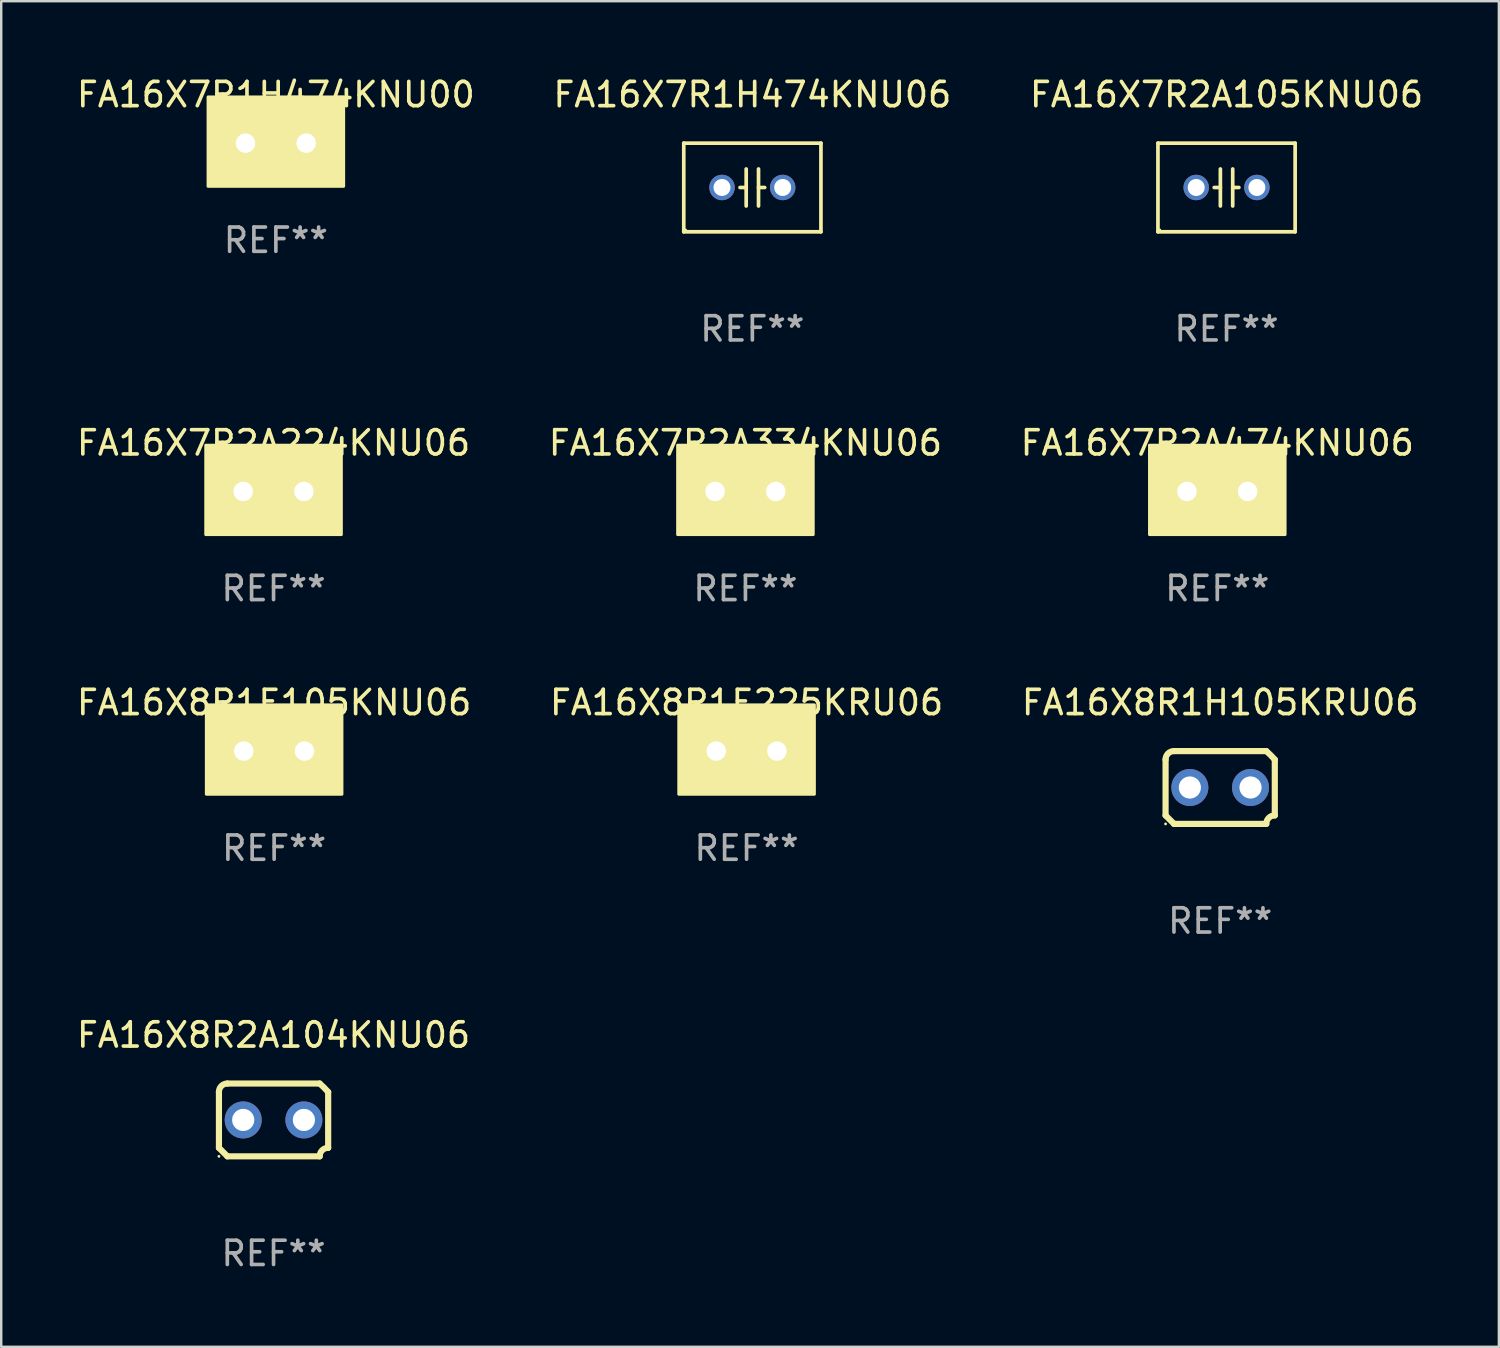
<source format=kicad_pcb>
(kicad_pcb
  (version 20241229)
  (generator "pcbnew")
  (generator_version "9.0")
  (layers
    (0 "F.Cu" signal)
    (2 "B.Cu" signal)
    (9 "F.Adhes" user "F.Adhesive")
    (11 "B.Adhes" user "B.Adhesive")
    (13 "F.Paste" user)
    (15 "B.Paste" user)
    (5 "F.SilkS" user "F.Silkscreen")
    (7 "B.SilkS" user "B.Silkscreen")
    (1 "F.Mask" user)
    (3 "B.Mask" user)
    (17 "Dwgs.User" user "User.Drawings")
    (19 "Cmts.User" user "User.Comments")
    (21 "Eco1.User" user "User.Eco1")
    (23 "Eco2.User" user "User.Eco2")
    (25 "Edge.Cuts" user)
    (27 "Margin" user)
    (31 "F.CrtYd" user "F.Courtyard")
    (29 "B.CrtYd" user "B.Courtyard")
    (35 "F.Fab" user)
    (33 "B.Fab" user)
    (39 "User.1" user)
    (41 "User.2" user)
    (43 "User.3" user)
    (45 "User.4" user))
  (footprint "FA16X7R2A224KNU06"
    (layer "F.Cu")
    (at 8.22 17.197)
    (property "Reference" "FA16X7R2A224KNU06" (at 0 -2 0) (layer "F.SilkS") (effects (font (size 1 1) (thickness 0.15))))
    (attr through_hole)
    (fp_circle (center -2.75 1.75) (end -2.72 1.75) (stroke (width 0.06) (type solid)) (fill no) (layer "F.SilkS"))
    (fp_poly (pts (xy -2.794 -1.905) (xy 2.794 -1.905) (xy 2.794 1.778) (xy -2.794 1.778)) (stroke (width 0.12) (type solid)) (fill yes) (layer "F.SilkS"))
    (fp_text user "REF**" (at 0 4 0) (layer "F.Fab") (effects (font (size 1 1) (thickness 0.15))))
    (pad "1" thru_hole circle (at -1.25 0) (size 1.2 1.2) (drill 0.8) (layers "*.Cu" "*.Mask"))
    (pad "2" thru_hole circle (at 1.25 0) (size 1.2 1.2) (drill 0.8) (layers "*.Cu" "*.Mask")))
  (footprint "FA16X7R2A334KNU06"
    (layer "F.Cu")
    (at 27.661 17.197)
    (property "Reference" "FA16X7R2A334KNU06" (at 0 -2 0) (layer "F.SilkS") (effects (font (size 1 1) (thickness 0.15))))
    (attr through_hole)
    (fp_circle (center -2.75 1.75) (end -2.72 1.75) (stroke (width 0.06) (type solid)) (fill no) (layer "F.SilkS"))
    (fp_poly (pts (xy -2.794 -1.905) (xy 2.794 -1.905) (xy 2.794 1.778) (xy -2.794 1.778)) (stroke (width 0.12) (type solid)) (fill yes) (layer "F.SilkS"))
    (fp_text user "REF**" (at 0 4 0) (layer "F.Fab") (effects (font (size 1 1) (thickness 0.15))))
    (pad "1" thru_hole circle (at -1.25 0) (size 1.2 1.2) (drill 0.8) (layers "*.Cu" "*.Mask"))
    (pad "2" thru_hole circle (at 1.25 0) (size 1.2 1.2) (drill 0.8) (layers "*.Cu" "*.Mask")))
  (footprint "FA16X8R1E105KNU06"
    (layer "F.Cu")
    (at 8.244 27.894)
    (property "Reference" "FA16X8R1E105KNU06" (at 0 -2 0) (layer "F.SilkS") (effects (font (size 1 1) (thickness 0.15))))
    (attr through_hole)
    (fp_circle (center -2.75 1.75) (end -2.72 1.75) (stroke (width 0.06) (type solid)) (fill no) (layer "F.SilkS"))
    (fp_poly (pts (xy -2.794 -1.905) (xy 2.794 -1.905) (xy 2.794 1.778) (xy -2.794 1.778)) (stroke (width 0.12) (type solid)) (fill yes) (layer "F.SilkS"))
    (fp_text user "REF**" (at 0 4 0) (layer "F.Fab") (effects (font (size 1 1) (thickness 0.15))))
    (pad "1" thru_hole circle (at -1.25 0) (size 1.2 1.2) (drill 0.8) (layers "*.Cu" "*.Mask"))
    (pad "2" thru_hole circle (at 1.25 0) (size 1.2 1.2) (drill 0.8) (layers "*.Cu" "*.Mask")))
  (footprint "FA16X7R1H474KNU06"
    (layer "F.Cu")
    (at 27.946 4.674)
    (property "Reference" "FA16X7R1H474KNU06" (at 0 -3.826 0) (layer "F.SilkS") (effects (font (size 1 1) (thickness 0.15))))
    (attr through_hole)
    (fp_line (start -2.826 -1.826) (end 2.826 -1.826) (stroke (width 0.152) (type solid)) (layer "F.SilkS"))
    (fp_line (start -2.826 1.826) (end -2.826 -1.826) (stroke (width 0.152) (type solid)) (layer "F.SilkS"))
    (fp_line (start -0.254 -0.762) (end -0.254 0.762) (stroke (width 0.152) (type solid)) (layer "F.SilkS"))
    (fp_line (start -0.254 0.001) (end -0.508 0.001) (stroke (width 0.152) (type solid)) (layer "F.SilkS"))
    (fp_line (start 0.254 0.001) (end 0.508 0.001) (stroke (width 0.152) (type solid)) (layer "F.SilkS"))
    (fp_line (start 0.254 0.762) (end 0.254 -0.762) (stroke (width 0.152) (type solid)) (layer "F.SilkS"))
    (fp_line (start 2.826 -1.826) (end 2.826 1.826) (stroke (width 0.152) (type solid)) (layer "F.SilkS"))
    (fp_line (start 2.826 1.826) (end -2.826 1.826) (stroke (width 0.152) (type solid)) (layer "F.SilkS"))
    (fp_circle (center -2.75 1.75) (end -2.72 1.75) (stroke (width 0.06) (type solid)) (fill no) (layer "F.SilkS"))
    (fp_text user "REF**" (at 0 5.826 0) (layer "F.Fab") (effects (font (size 1 1) (thickness 0.15))))
    (pad "1" thru_hole circle (at -1.25 -0.000013) (size 1.05 1.05) (drill 0.7) (layers "*.Cu" "*.Mask"))
    (pad "2" thru_hole circle (at 1.25 -0.000013) (size 1.05 1.05) (drill 0.7) (layers "*.Cu" "*.Mask")))
  (footprint "FA16X7R2A105KNU06"
    (layer "F.Cu")
    (at 47.482 4.674)
    (property "Reference" "FA16X7R2A105KNU06" (at 0 -3.826 0) (layer "F.SilkS") (effects (font (size 1 1) (thickness 0.15))))
    (attr through_hole)
    (fp_line (start -2.826 -1.826) (end 2.826 -1.826) (stroke (width 0.152) (type solid)) (layer "F.SilkS"))
    (fp_line (start -2.826 1.826) (end -2.826 -1.826) (stroke (width 0.152) (type solid)) (layer "F.SilkS"))
    (fp_line (start -0.254 -0.762) (end -0.254 0.762) (stroke (width 0.152) (type solid)) (layer "F.SilkS"))
    (fp_line (start -0.254 0.001) (end -0.508 0.001) (stroke (width 0.152) (type solid)) (layer "F.SilkS"))
    (fp_line (start 0.254 0.001) (end 0.508 0.001) (stroke (width 0.152) (type solid)) (layer "F.SilkS"))
    (fp_line (start 0.254 0.762) (end 0.254 -0.762) (stroke (width 0.152) (type solid)) (layer "F.SilkS"))
    (fp_line (start 2.826 -1.826) (end 2.826 1.826) (stroke (width 0.152) (type solid)) (layer "F.SilkS"))
    (fp_line (start 2.826 1.826) (end -2.826 1.826) (stroke (width 0.152) (type solid)) (layer "F.SilkS"))
    (fp_circle (center -2.75 1.75) (end -2.72 1.75) (stroke (width 0.06) (type solid)) (fill no) (layer "F.SilkS"))
    (fp_text user "REF**" (at 0 5.826 0) (layer "F.Fab") (effects (font (size 1 1) (thickness 0.15))))
    (pad "1" thru_hole circle (at -1.25 -0.000013) (size 1.05 1.05) (drill 0.7) (layers "*.Cu" "*.Mask"))
    (pad "2" thru_hole circle (at 1.25 -0.000013) (size 1.05 1.05) (drill 0.7) (layers "*.Cu" "*.Mask")))
  (footprint "FA16X8R1H105KRU06"
    (layer "F.Cu")
    (at 47.22 29.394)
    (property "Reference" "FA16X8R1H105KRU06" (at 0 -3.5 0) (layer "F.SilkS") (effects (font (size 1 1) (thickness 0.15))))
    (attr through_hole)
    (fp_line (start -2.25 -1.15) (end -2.25 1.15) (stroke (width 0.254) (type solid)) (layer "F.SilkS"))
    (fp_line (start -1.9 -1.5) (end 1.9 -1.5) (stroke (width 0.254) (type solid)) (layer "F.SilkS"))
    (fp_line (start 1.9 1.5) (end -1.9 1.5) (stroke (width 0.254) (type solid)) (layer "F.SilkS"))
    (fp_line (start 2.25 1.15) (end 2.25 -1.15) (stroke (width 0.254) (type solid)) (layer "F.SilkS"))
    (fp_arc (start -2.250444 -1.150623) (mid -2.148751 -1.399065) (end -1.9 -1.5) (stroke (width 0.254001) (type solid)) (layer "F.SilkS"))
    (fp_arc (start -1.90061 1.500431) (mid -2.075366 1.325276) (end -2.249987 1.149987) (stroke (width 0.254001) (type solid)) (layer "F.SilkS"))
    (fp_arc (start 1.9 1.5) (mid 2.001853 1.251718) (end 2.250445 1.150622) (stroke (width 0.254001) (type solid)) (layer "F.SilkS"))
    (fp_arc (start 1.90066 -1.500432) (mid 2.081685 -1.331526) (end 2.250038 -1.149987) (stroke (width 0.254001) (type solid)) (layer "F.SilkS"))
    (fp_circle (center -2.25 1.5) (end -2.22 1.5) (stroke (width 0.06) (type solid)) (fill no) (layer "F.SilkS"))
    (fp_text user "REF**" (at 0 5.5 0) (layer "F.Fab") (effects (font (size 1 1) (thickness 0.15))))
    (pad "1" thru_hole circle (at -1.25 0) (size 1.524 1.524) (drill 0.914) (layers "*.Cu" "*.Mask"))
    (pad "2" thru_hole circle (at 1.25 0) (size 1.524 1.524) (drill 0.914) (layers "*.Cu" "*.Mask")))
  (footprint "FA16X8R1E225KRU06"
    (layer "F.Cu")
    (at 27.708 27.894)
    (property "Reference" "FA16X8R1E225KRU06" (at 0 -2 0) (layer "F.SilkS") (effects (font (size 1 1) (thickness 0.15))))
    (attr through_hole)
    (fp_circle (center -2.75 1.75) (end -2.72 1.75) (stroke (width 0.06) (type solid)) (fill no) (layer "F.SilkS"))
    (fp_poly (pts (xy -2.794 -1.905) (xy 2.794 -1.905) (xy 2.794 1.778) (xy -2.794 1.778)) (stroke (width 0.12) (type solid)) (fill yes) (layer "F.SilkS"))
    (fp_text user "REF**" (at 0 4 0) (layer "F.Fab") (effects (font (size 1 1) (thickness 0.15))))
    (pad "1" thru_hole circle (at -1.25 0) (size 1.2 1.2) (drill 0.8) (layers "*.Cu" "*.Mask"))
    (pad "2" thru_hole circle (at 1.25 0) (size 1.2 1.2) (drill 0.8) (layers "*.Cu" "*.Mask")))
  (footprint "FA16X8R2A104KNU06"
    (layer "F.Cu")
    (at 8.22 43.09)
    (property "Reference" "FA16X8R2A104KNU06" (at 0 -3.5 0) (layer "F.SilkS") (effects (font (size 1 1) (thickness 0.15))))
    (attr through_hole)
    (fp_line (start -2.25 -1.15) (end -2.25 1.15) (stroke (width 0.254) (type solid)) (layer "F.SilkS"))
    (fp_line (start -1.9 -1.5) (end 1.9 -1.5) (stroke (width 0.254) (type solid)) (layer "F.SilkS"))
    (fp_line (start 1.9 1.5) (end -1.9 1.5) (stroke (width 0.254) (type solid)) (layer "F.SilkS"))
    (fp_line (start 2.25 1.15) (end 2.25 -1.15) (stroke (width 0.254) (type solid)) (layer "F.SilkS"))
    (fp_arc (start -2.250444 -1.150623) (mid -2.148751 -1.399065) (end -1.9 -1.5) (stroke (width 0.254001) (type solid)) (layer "F.SilkS"))
    (fp_arc (start -1.90061 1.500431) (mid -2.075366 1.325276) (end -2.249987 1.149987) (stroke (width 0.254001) (type solid)) (layer "F.SilkS"))
    (fp_arc (start 1.9 1.5) (mid 2.001853 1.251718) (end 2.250445 1.150622) (stroke (width 0.254001) (type solid)) (layer "F.SilkS"))
    (fp_arc (start 1.90066 -1.500432) (mid 2.081685 -1.331526) (end 2.250038 -1.149987) (stroke (width 0.254001) (type solid)) (layer "F.SilkS"))
    (fp_circle (center -2.25 1.5) (end -2.22 1.5) (stroke (width 0.06) (type solid)) (fill no) (layer "F.SilkS"))
    (fp_text user "REF**" (at 0 5.5 0) (layer "F.Fab") (effects (font (size 1 1) (thickness 0.15))))
    (pad "1" thru_hole circle (at -1.25 0) (size 1.524 1.524) (drill 0.914) (layers "*.Cu" "*.Mask"))
    (pad "2" thru_hole circle (at 1.25 0) (size 1.524 1.524) (drill 0.914) (layers "*.Cu" "*.Mask")))
  (footprint "FA16X7R2A474KNU06"
    (layer "F.Cu")
    (at 47.101 17.197)
    (property "Reference" "FA16X7R2A474KNU06" (at 0 -2 0) (layer "F.SilkS") (effects (font (size 1 1) (thickness 0.15))))
    (attr through_hole)
    (fp_circle (center -2.75 1.75) (end -2.72 1.75) (stroke (width 0.06) (type solid)) (fill no) (layer "F.SilkS"))
    (fp_poly (pts (xy -2.794 -1.905) (xy 2.794 -1.905) (xy 2.794 1.778) (xy -2.794 1.778)) (stroke (width 0.12) (type solid)) (fill yes) (layer "F.SilkS"))
    (fp_text user "REF**" (at 0 4 0) (layer "F.Fab") (effects (font (size 1 1) (thickness 0.15))))
    (pad "1" thru_hole circle (at -1.25 0) (size 1.2 1.2) (drill 0.8) (layers "*.Cu" "*.Mask"))
    (pad "2" thru_hole circle (at 1.25 0) (size 1.2 1.2) (drill 0.8) (layers "*.Cu" "*.Mask")))
  (footprint "FA16X7R1H474KNU00"
    (layer "F.Cu")
    (at 8.315 2.848)
    (property "Reference" "FA16X7R1H474KNU00" (at 0 -2 0) (layer "F.SilkS") (effects (font (size 1 1) (thickness 0.15))))
    (attr through_hole)
    (fp_circle (center -2.75 1.75) (end -2.72 1.75) (stroke (width 0.06) (type solid)) (fill no) (layer "F.SilkS"))
    (fp_poly (pts (xy -2.794 -1.905) (xy 2.794 -1.905) (xy 2.794 1.778) (xy -2.794 1.778)) (stroke (width 0.12) (type solid)) (fill yes) (layer "F.SilkS"))
    (fp_text user "REF**" (at 0 4 0) (layer "F.Fab") (effects (font (size 1 1) (thickness 0.15))))
    (pad "1" thru_hole circle (at -1.25 0) (size 1.2 1.2) (drill 0.8) (layers "*.Cu" "*.Mask"))
    (pad "2" thru_hole circle (at 1.25 0) (size 1.2 1.2) (drill 0.8) (layers "*.Cu" "*.Mask")))
  (gr_rect
    (start -3 -3)
    (end 58.702 52.438)
    (stroke (width 0.1) (type default))
    (fill no)
    (layer "Edge.Cuts")))
</source>
